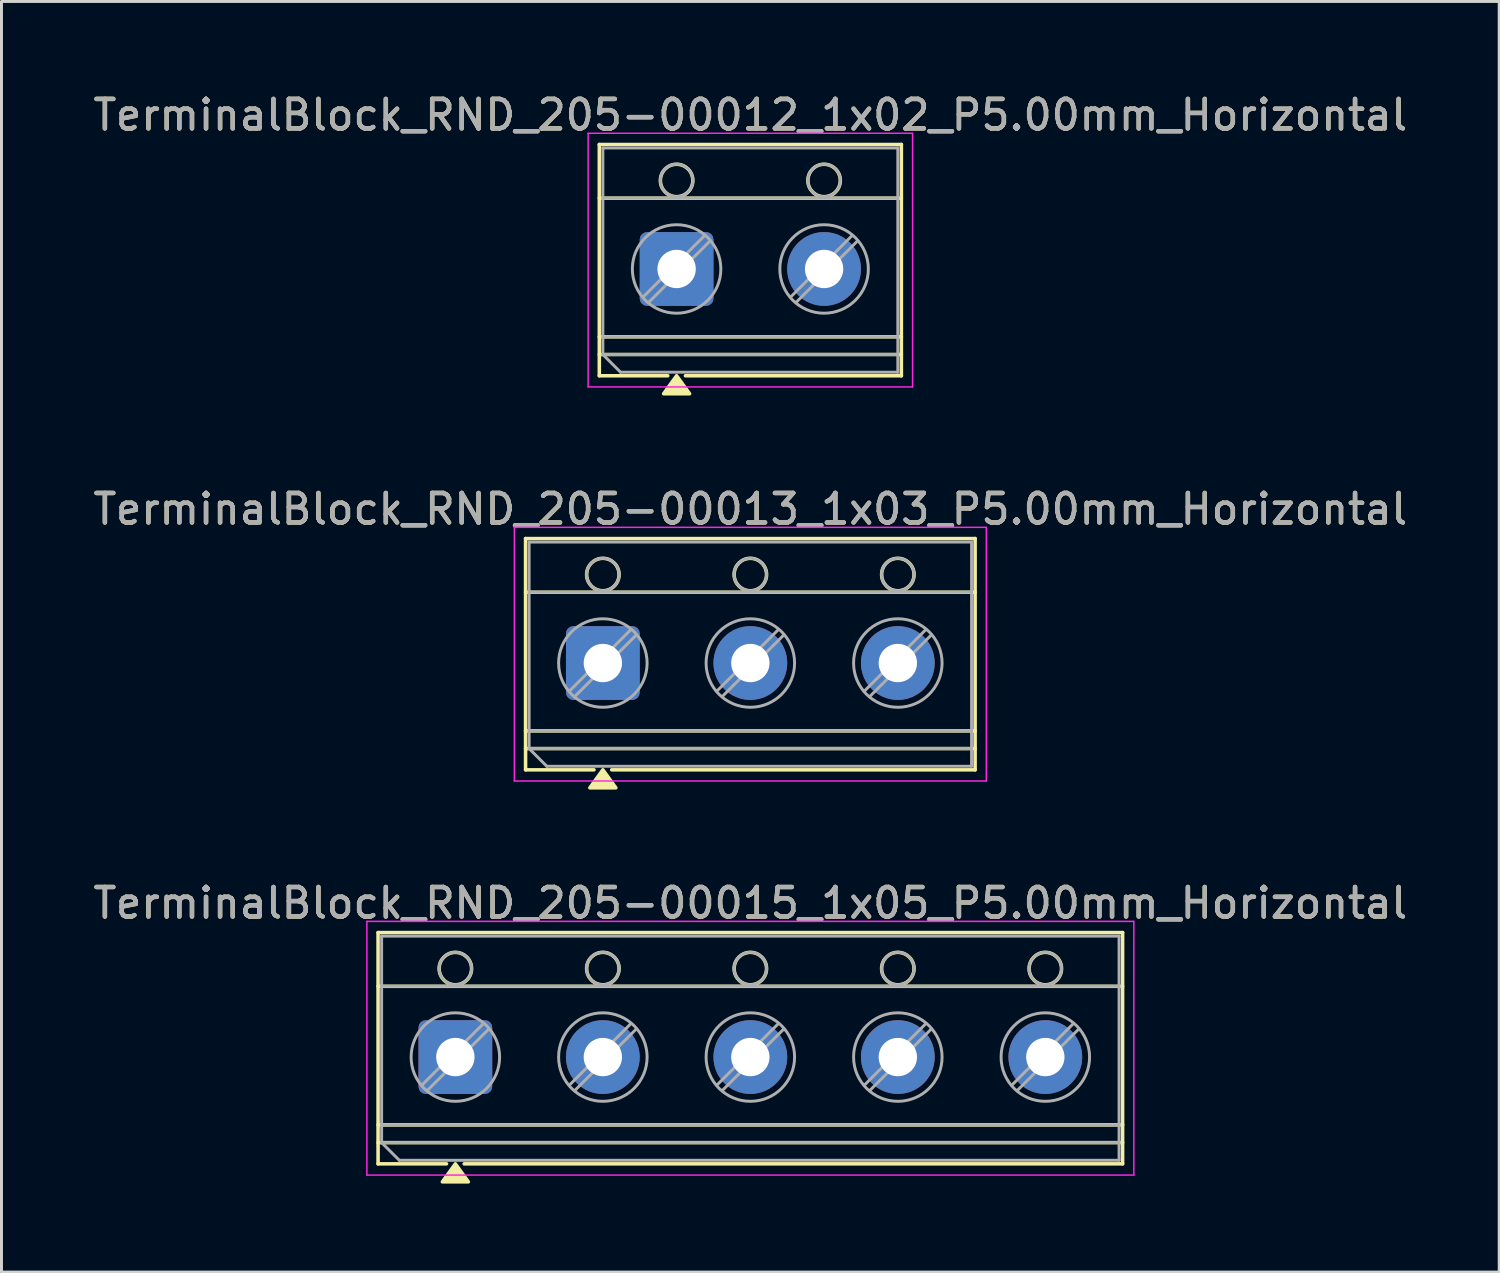
<source format=kicad_pcb>
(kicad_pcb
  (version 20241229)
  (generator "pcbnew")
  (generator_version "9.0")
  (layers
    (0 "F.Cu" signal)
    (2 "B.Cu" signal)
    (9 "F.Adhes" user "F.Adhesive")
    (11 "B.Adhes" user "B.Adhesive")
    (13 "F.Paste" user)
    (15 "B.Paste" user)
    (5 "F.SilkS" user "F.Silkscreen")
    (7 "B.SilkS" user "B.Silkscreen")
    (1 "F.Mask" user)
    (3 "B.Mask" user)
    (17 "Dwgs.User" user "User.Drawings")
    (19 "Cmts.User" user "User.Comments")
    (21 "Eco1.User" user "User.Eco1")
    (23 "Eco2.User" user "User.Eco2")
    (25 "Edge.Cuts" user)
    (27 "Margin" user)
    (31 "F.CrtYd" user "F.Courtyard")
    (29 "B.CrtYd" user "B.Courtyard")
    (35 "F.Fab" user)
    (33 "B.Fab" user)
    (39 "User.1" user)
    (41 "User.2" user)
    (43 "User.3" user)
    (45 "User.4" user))
  (footprint "TerminalBlock_RND_205-00013_1x03_P5.00mm_Horizontal"
    (layer "F.Cu")
    (at 17.387 19.427)
    (property "Reference" "TerminalBlock_RND_205-00013_1x03_P5.00mm_Horizontal" (at 5 -5.22 0) (layer "F.SilkS") (effects (font (size 1 1) (thickness 0.15))))
    (attr through_hole)
    (fp_line (start -2.62 -4.22) (end 12.62 -4.22) (stroke (width 0.12) (type solid)) (layer "F.SilkS"))
    (fp_line (start -2.62 -2.4) (end 12.62 -2.4) (stroke (width 0.12) (type solid)) (layer "F.SilkS"))
    (fp_line (start -2.62 2.3) (end 12.62 2.3) (stroke (width 0.12) (type solid)) (layer "F.SilkS"))
    (fp_line (start -2.62 2.9) (end 12.62 2.9) (stroke (width 0.12) (type solid)) (layer "F.SilkS"))
    (fp_line (start -2.62 3.62) (end -2.62 -4.22) (stroke (width 0.12) (type solid)) (layer "F.SilkS"))
    (fp_line (start -0.3 3.62) (end -2.62 3.62) (stroke (width 0.12) (type solid)) (layer "F.SilkS"))
    (fp_line (start 12.62 -4.22) (end 12.62 3.62) (stroke (width 0.12) (type solid)) (layer "F.SilkS"))
    (fp_line (start 12.62 3.62) (end 0.3 3.62) (stroke (width 0.12) (type solid)) (layer "F.SilkS"))
    (fp_circle (center 0 -3) (end 0.55 -3) (stroke (width 0.12) (type solid)) (fill no) (layer "F.SilkS"))
    (fp_circle (center 5 -3) (end 5.55 -3) (stroke (width 0.12) (type solid)) (fill no) (layer "F.SilkS"))
    (fp_circle (center 10 -3) (end 10.55 -3) (stroke (width 0.12) (type solid)) (fill no) (layer "F.SilkS"))
    (fp_poly (pts (xy 0 3.62) (xy 0.44 4.23) (xy -0.44 4.23)) (stroke (width 0.12) (type solid)) (fill yes) (layer "F.SilkS"))
    (fp_line (start -3 -4.6) (end -3 4) (stroke (width 0.05) (type solid)) (layer "F.CrtYd"))
    (fp_line (start -3 4) (end 13 4) (stroke (width 0.05) (type solid)) (layer "F.CrtYd"))
    (fp_line (start 13 -4.6) (end -3 -4.6) (stroke (width 0.05) (type solid)) (layer "F.CrtYd"))
    (fp_line (start 13 4) (end 13 -4.6) (stroke (width 0.05) (type solid)) (layer "F.CrtYd"))
    (fp_line (start -2.5 -4.1) (end 12.5 -4.1) (stroke (width 0.1) (type solid)) (layer "F.Fab"))
    (fp_line (start -2.5 -2.4) (end 12.5 -2.4) (stroke (width 0.1) (type solid)) (layer "F.Fab"))
    (fp_line (start -2.5 2.3) (end 12.5 2.3) (stroke (width 0.1) (type solid)) (layer "F.Fab"))
    (fp_line (start -2.5 2.9) (end -2.5 -4.1) (stroke (width 0.1) (type solid)) (layer "F.Fab"))
    (fp_line (start -2.5 2.9) (end 12.5 2.9) (stroke (width 0.1) (type solid)) (layer "F.Fab"))
    (fp_line (start -1.9 3.5) (end -2.5 2.9) (stroke (width 0.1) (type solid)) (layer "F.Fab"))
    (fp_line (start 0.955 -1.138) (end -1.138 0.955) (stroke (width 0.1) (type solid)) (layer "F.Fab"))
    (fp_line (start 1.138 -0.955) (end -0.955 1.138) (stroke (width 0.1) (type solid)) (layer "F.Fab"))
    (fp_line (start 5.955 -1.138) (end 3.862 0.955) (stroke (width 0.1) (type solid)) (layer "F.Fab"))
    (fp_line (start 6.138 -0.955) (end 4.045 1.138) (stroke (width 0.1) (type solid)) (layer "F.Fab"))
    (fp_line (start 10.955 -1.138) (end 8.862 0.955) (stroke (width 0.1) (type solid)) (layer "F.Fab"))
    (fp_line (start 11.138 -0.955) (end 9.045 1.138) (stroke (width 0.1) (type solid)) (layer "F.Fab"))
    (fp_line (start 12.5 -4.1) (end 12.5 3.5) (stroke (width 0.1) (type solid)) (layer "F.Fab"))
    (fp_line (start 12.5 3.5) (end -1.9 3.5) (stroke (width 0.1) (type solid)) (layer "F.Fab"))
    (fp_circle (center 0 -3) (end 0.55 -3) (stroke (width 0.1) (type solid)) (fill no) (layer "F.Fab"))
    (fp_circle (center 0 0) (end 1.5 0) (stroke (width 0.1) (type solid)) (fill no) (layer "F.Fab"))
    (fp_circle (center 5 -3) (end 5.55 -3) (stroke (width 0.1) (type solid)) (fill no) (layer "F.Fab"))
    (fp_circle (center 5 0) (end 6.5 0) (stroke (width 0.1) (type solid)) (fill no) (layer "F.Fab"))
    (fp_circle (center 10 -3) (end 10.55 -3) (stroke (width 0.1) (type solid)) (fill no) (layer "F.Fab"))
    (fp_circle (center 10 0) (end 11.5 0) (stroke (width 0.1) (type solid)) (fill no) (layer "F.Fab"))
    (fp_text user "${REFERENCE}" (at 5 -5.22 0) (layer "F.Fab") (effects (font (size 1 1) (thickness 0.15))))
    (pad "1" thru_hole roundrect (at 0 0) (size 2.5 2.5) (drill 1.3) (layers "*.Cu" "*.Mask") (roundrect_rratio 0.1))
    (pad "2" thru_hole circle (at 5 0) (size 2.5 2.5) (drill 1.3) (layers "*.Cu" "*.Mask"))
    (pad "3" thru_hole circle (at 10 0) (size 2.5 2.5) (drill 1.3) (layers "*.Cu" "*.Mask")))
  (footprint "TerminalBlock_RND_205-00015_1x05_P5.00mm_Horizontal"
    (layer "F.Cu")
    (at 12.387 32.785)
    (property "Reference" "TerminalBlock_RND_205-00015_1x05_P5.00mm_Horizontal" (at 10 -5.22 0) (layer "F.SilkS") (effects (font (size 1 1) (thickness 0.15))))
    (attr through_hole)
    (fp_line (start -2.62 -4.22) (end 22.62 -4.22) (stroke (width 0.12) (type solid)) (layer "F.SilkS"))
    (fp_line (start -2.62 -2.4) (end 22.62 -2.4) (stroke (width 0.12) (type solid)) (layer "F.SilkS"))
    (fp_line (start -2.62 2.3) (end 22.62 2.3) (stroke (width 0.12) (type solid)) (layer "F.SilkS"))
    (fp_line (start -2.62 2.9) (end 22.62 2.9) (stroke (width 0.12) (type solid)) (layer "F.SilkS"))
    (fp_line (start -2.62 3.62) (end -2.62 -4.22) (stroke (width 0.12) (type solid)) (layer "F.SilkS"))
    (fp_line (start -0.3 3.62) (end -2.62 3.62) (stroke (width 0.12) (type solid)) (layer "F.SilkS"))
    (fp_line (start 22.62 -4.22) (end 22.62 3.62) (stroke (width 0.12) (type solid)) (layer "F.SilkS"))
    (fp_line (start 22.62 3.62) (end 0.3 3.62) (stroke (width 0.12) (type solid)) (layer "F.SilkS"))
    (fp_circle (center 0 -3) (end 0.55 -3) (stroke (width 0.12) (type solid)) (fill no) (layer "F.SilkS"))
    (fp_circle (center 5 -3) (end 5.55 -3) (stroke (width 0.12) (type solid)) (fill no) (layer "F.SilkS"))
    (fp_circle (center 10 -3) (end 10.55 -3) (stroke (width 0.12) (type solid)) (fill no) (layer "F.SilkS"))
    (fp_circle (center 15 -3) (end 15.55 -3) (stroke (width 0.12) (type solid)) (fill no) (layer "F.SilkS"))
    (fp_circle (center 20 -3) (end 20.55 -3) (stroke (width 0.12) (type solid)) (fill no) (layer "F.SilkS"))
    (fp_poly (pts (xy 0 3.62) (xy 0.44 4.23) (xy -0.44 4.23)) (stroke (width 0.12) (type solid)) (fill yes) (layer "F.SilkS"))
    (fp_line (start -3 -4.6) (end -3 4) (stroke (width 0.05) (type solid)) (layer "F.CrtYd"))
    (fp_line (start -3 4) (end 23 4) (stroke (width 0.05) (type solid)) (layer "F.CrtYd"))
    (fp_line (start 23 -4.6) (end -3 -4.6) (stroke (width 0.05) (type solid)) (layer "F.CrtYd"))
    (fp_line (start 23 4) (end 23 -4.6) (stroke (width 0.05) (type solid)) (layer "F.CrtYd"))
    (fp_line (start -2.5 -4.1) (end 22.5 -4.1) (stroke (width 0.1) (type solid)) (layer "F.Fab"))
    (fp_line (start -2.5 -2.4) (end 22.5 -2.4) (stroke (width 0.1) (type solid)) (layer "F.Fab"))
    (fp_line (start -2.5 2.3) (end 22.5 2.3) (stroke (width 0.1) (type solid)) (layer "F.Fab"))
    (fp_line (start -2.5 2.9) (end -2.5 -4.1) (stroke (width 0.1) (type solid)) (layer "F.Fab"))
    (fp_line (start -2.5 2.9) (end 22.5 2.9) (stroke (width 0.1) (type solid)) (layer "F.Fab"))
    (fp_line (start -1.9 3.5) (end -2.5 2.9) (stroke (width 0.1) (type solid)) (layer "F.Fab"))
    (fp_line (start 0.955 -1.138) (end -1.138 0.955) (stroke (width 0.1) (type solid)) (layer "F.Fab"))
    (fp_line (start 1.138 -0.955) (end -0.955 1.138) (stroke (width 0.1) (type solid)) (layer "F.Fab"))
    (fp_line (start 5.955 -1.138) (end 3.862 0.955) (stroke (width 0.1) (type solid)) (layer "F.Fab"))
    (fp_line (start 6.138 -0.955) (end 4.045 1.138) (stroke (width 0.1) (type solid)) (layer "F.Fab"))
    (fp_line (start 10.955 -1.138) (end 8.862 0.955) (stroke (width 0.1) (type solid)) (layer "F.Fab"))
    (fp_line (start 11.138 -0.955) (end 9.045 1.138) (stroke (width 0.1) (type solid)) (layer "F.Fab"))
    (fp_line (start 15.955 -1.138) (end 13.862 0.955) (stroke (width 0.1) (type solid)) (layer "F.Fab"))
    (fp_line (start 16.138 -0.955) (end 14.045 1.138) (stroke (width 0.1) (type solid)) (layer "F.Fab"))
    (fp_line (start 20.955 -1.138) (end 18.862 0.955) (stroke (width 0.1) (type solid)) (layer "F.Fab"))
    (fp_line (start 21.138 -0.955) (end 19.045 1.138) (stroke (width 0.1) (type solid)) (layer "F.Fab"))
    (fp_line (start 22.5 -4.1) (end 22.5 3.5) (stroke (width 0.1) (type solid)) (layer "F.Fab"))
    (fp_line (start 22.5 3.5) (end -1.9 3.5) (stroke (width 0.1) (type solid)) (layer "F.Fab"))
    (fp_circle (center 0 -3) (end 0.55 -3) (stroke (width 0.1) (type solid)) (fill no) (layer "F.Fab"))
    (fp_circle (center 0 0) (end 1.5 0) (stroke (width 0.1) (type solid)) (fill no) (layer "F.Fab"))
    (fp_circle (center 5 -3) (end 5.55 -3) (stroke (width 0.1) (type solid)) (fill no) (layer "F.Fab"))
    (fp_circle (center 5 0) (end 6.5 0) (stroke (width 0.1) (type solid)) (fill no) (layer "F.Fab"))
    (fp_circle (center 10 -3) (end 10.55 -3) (stroke (width 0.1) (type solid)) (fill no) (layer "F.Fab"))
    (fp_circle (center 10 0) (end 11.5 0) (stroke (width 0.1) (type solid)) (fill no) (layer "F.Fab"))
    (fp_circle (center 15 -3) (end 15.55 -3) (stroke (width 0.1) (type solid)) (fill no) (layer "F.Fab"))
    (fp_circle (center 15 0) (end 16.5 0) (stroke (width 0.1) (type solid)) (fill no) (layer "F.Fab"))
    (fp_circle (center 20 -3) (end 20.55 -3) (stroke (width 0.1) (type solid)) (fill no) (layer "F.Fab"))
    (fp_circle (center 20 0) (end 21.5 0) (stroke (width 0.1) (type solid)) (fill no) (layer "F.Fab"))
    (fp_text user "${REFERENCE}" (at 10 -5.22 0) (layer "F.Fab") (effects (font (size 1 1) (thickness 0.15))))
    (pad "1" thru_hole roundrect (at 0 0) (size 2.5 2.5) (drill 1.3) (layers "*.Cu" "*.Mask") (roundrect_rratio 0.1))
    (pad "2" thru_hole circle (at 5 0) (size 2.5 2.5) (drill 1.3) (layers "*.Cu" "*.Mask"))
    (pad "3" thru_hole circle (at 10 0) (size 2.5 2.5) (drill 1.3) (layers "*.Cu" "*.Mask"))
    (pad "4" thru_hole circle (at 15 0) (size 2.5 2.5) (drill 1.3) (layers "*.Cu" "*.Mask"))
    (pad "5" thru_hole circle (at 20 0) (size 2.5 2.5) (drill 1.3) (layers "*.Cu" "*.Mask")))
  (footprint "TerminalBlock_RND_205-00012_1x02_P5.00mm_Horizontal"
    (layer "F.Cu")
    (at 19.887 6.068)
    (property "Reference" "TerminalBlock_RND_205-00012_1x02_P5.00mm_Horizontal" (at 2.5 -5.22 0) (layer "F.SilkS") (effects (font (size 1 1) (thickness 0.15))))
    (attr through_hole)
    (fp_line (start -2.62 -4.22) (end 7.62 -4.22) (stroke (width 0.12) (type solid)) (layer "F.SilkS"))
    (fp_line (start -2.62 -2.4) (end 7.62 -2.4) (stroke (width 0.12) (type solid)) (layer "F.SilkS"))
    (fp_line (start -2.62 2.3) (end 7.62 2.3) (stroke (width 0.12) (type solid)) (layer "F.SilkS"))
    (fp_line (start -2.62 2.9) (end 7.62 2.9) (stroke (width 0.12) (type solid)) (layer "F.SilkS"))
    (fp_line (start -2.62 3.62) (end -2.62 -4.22) (stroke (width 0.12) (type solid)) (layer "F.SilkS"))
    (fp_line (start -0.3 3.62) (end -2.62 3.62) (stroke (width 0.12) (type solid)) (layer "F.SilkS"))
    (fp_line (start 7.62 -4.22) (end 7.62 3.62) (stroke (width 0.12) (type solid)) (layer "F.SilkS"))
    (fp_line (start 7.62 3.62) (end 0.3 3.62) (stroke (width 0.12) (type solid)) (layer "F.SilkS"))
    (fp_circle (center 0 -3) (end 0.55 -3) (stroke (width 0.12) (type solid)) (fill no) (layer "F.SilkS"))
    (fp_circle (center 5 -3) (end 5.55 -3) (stroke (width 0.12) (type solid)) (fill no) (layer "F.SilkS"))
    (fp_poly (pts (xy 0 3.62) (xy 0.44 4.23) (xy -0.44 4.23)) (stroke (width 0.12) (type solid)) (fill yes) (layer "F.SilkS"))
    (fp_line (start -3 -4.6) (end -3 4) (stroke (width 0.05) (type solid)) (layer "F.CrtYd"))
    (fp_line (start -3 4) (end 8 4) (stroke (width 0.05) (type solid)) (layer "F.CrtYd"))
    (fp_line (start 8 -4.6) (end -3 -4.6) (stroke (width 0.05) (type solid)) (layer "F.CrtYd"))
    (fp_line (start 8 4) (end 8 -4.6) (stroke (width 0.05) (type solid)) (layer "F.CrtYd"))
    (fp_line (start -2.5 -4.1) (end 7.5 -4.1) (stroke (width 0.1) (type solid)) (layer "F.Fab"))
    (fp_line (start -2.5 -2.4) (end 7.5 -2.4) (stroke (width 0.1) (type solid)) (layer "F.Fab"))
    (fp_line (start -2.5 2.3) (end 7.5 2.3) (stroke (width 0.1) (type solid)) (layer "F.Fab"))
    (fp_line (start -2.5 2.9) (end -2.5 -4.1) (stroke (width 0.1) (type solid)) (layer "F.Fab"))
    (fp_line (start -2.5 2.9) (end 7.5 2.9) (stroke (width 0.1) (type solid)) (layer "F.Fab"))
    (fp_line (start -1.9 3.5) (end -2.5 2.9) (stroke (width 0.1) (type solid)) (layer "F.Fab"))
    (fp_line (start 0.955 -1.138) (end -1.138 0.955) (stroke (width 0.1) (type solid)) (layer "F.Fab"))
    (fp_line (start 1.138 -0.955) (end -0.955 1.138) (stroke (width 0.1) (type solid)) (layer "F.Fab"))
    (fp_line (start 5.955 -1.138) (end 3.862 0.955) (stroke (width 0.1) (type solid)) (layer "F.Fab"))
    (fp_line (start 6.138 -0.955) (end 4.045 1.138) (stroke (width 0.1) (type solid)) (layer "F.Fab"))
    (fp_line (start 7.5 -4.1) (end 7.5 3.5) (stroke (width 0.1) (type solid)) (layer "F.Fab"))
    (fp_line (start 7.5 3.5) (end -1.9 3.5) (stroke (width 0.1) (type solid)) (layer "F.Fab"))
    (fp_circle (center 0 -3) (end 0.55 -3) (stroke (width 0.1) (type solid)) (fill no) (layer "F.Fab"))
    (fp_circle (center 0 0) (end 1.5 0) (stroke (width 0.1) (type solid)) (fill no) (layer "F.Fab"))
    (fp_circle (center 5 -3) (end 5.55 -3) (stroke (width 0.1) (type solid)) (fill no) (layer "F.Fab"))
    (fp_circle (center 5 0) (end 6.5 0) (stroke (width 0.1) (type solid)) (fill no) (layer "F.Fab"))
    (fp_text user "${REFERENCE}" (at 2.5 -5.22 0) (layer "F.Fab") (effects (font (size 1 1) (thickness 0.15))))
    (pad "1" thru_hole roundrect (at 0 0) (size 2.5 2.5) (drill 1.3) (layers "*.Cu" "*.Mask") (roundrect_rratio 0.1))
    (pad "2" thru_hole circle (at 5 0) (size 2.5 2.5) (drill 1.3) (layers "*.Cu" "*.Mask")))
  (gr_rect
    (start -3 -3)
    (end 47.774 40.075)
    (stroke (width 0.1) (type default))
    (fill no)
    (layer "Edge.Cuts")))
</source>
